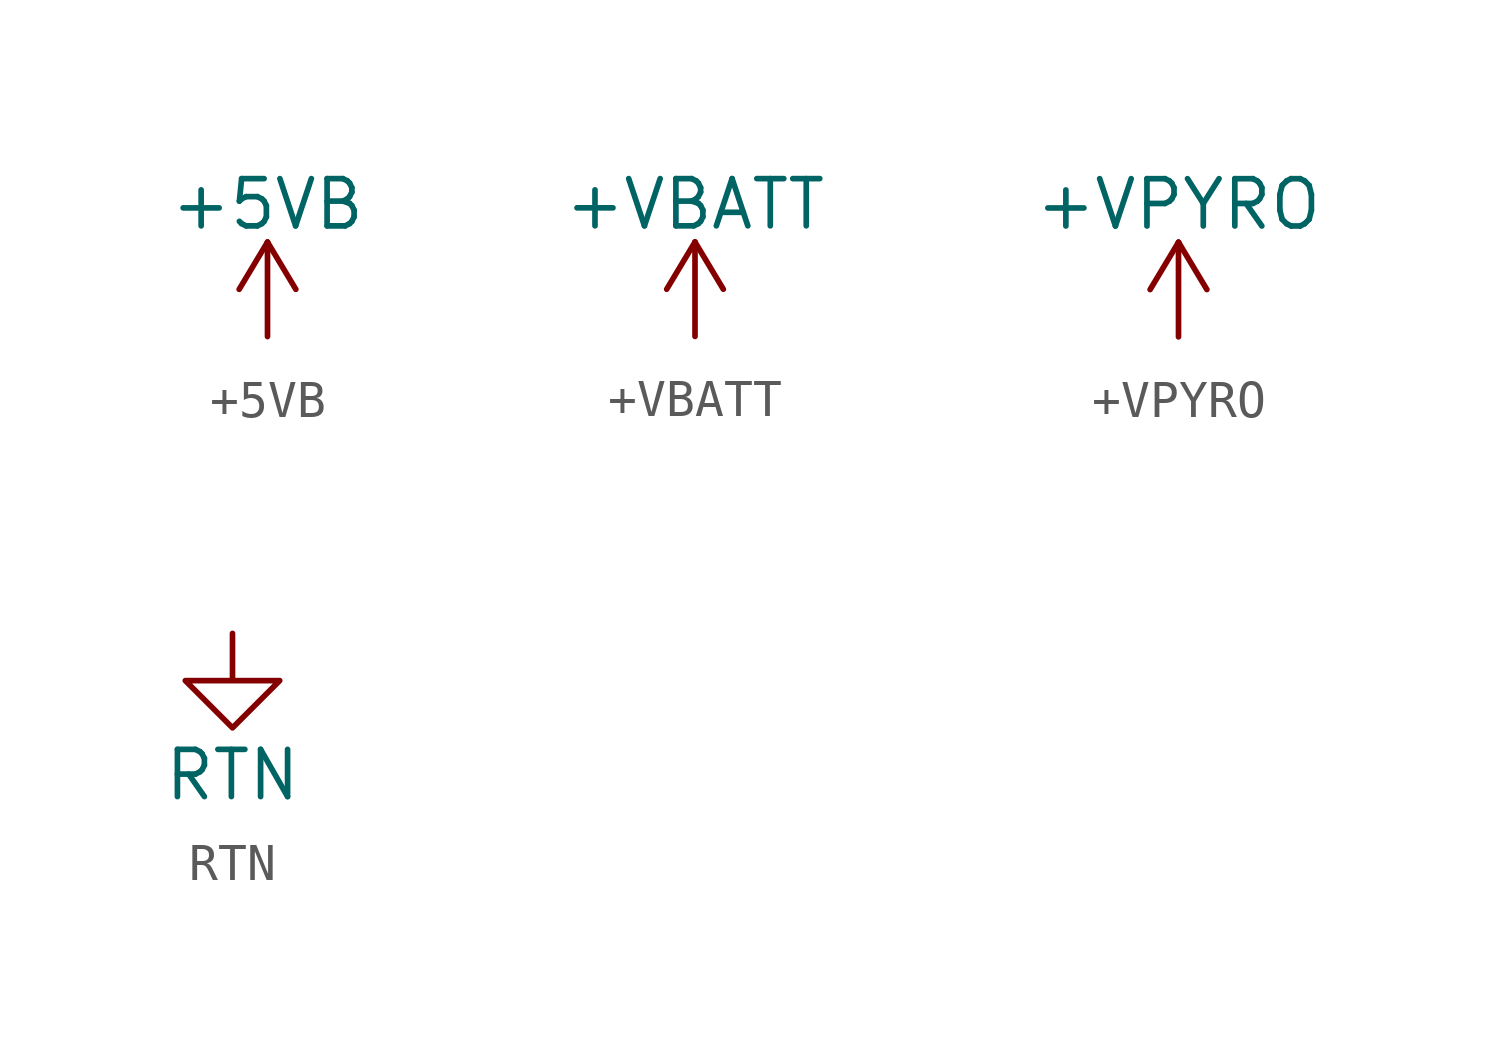
<source format=kicad_sym>
(kicad_symbol_lib
  (version 20211014)
  (generator kicad_symbol_editor)
  (symbol "+5VB"
    (power)
    (pin_names
      (offset 0))
    (property "Reference" "#PWR"
      (at 0 -3.81 0)
      (effects (font (size 1.27 1.27)) hide))
    (property "Value" "+5VB"
      (at 0 3.556 0)
      (effects (font (size 1.27 1.27))))
    (symbol "+5VB_0_1"
      (polyline (pts (xy -0.762 1.27) (xy 0 2.54)) (stroke (width 0) (type default) (color 0 0 0 0)) (fill (type none)))
      (polyline (pts (xy 0 0) (xy 0 2.54)) (stroke (width 0) (type default) (color 0 0 0 0)) (fill (type none)))
      (polyline (pts (xy 0 2.54) (xy 0.762 1.27)) (stroke (width 0) (type default) (color 0 0 0 0)) (fill (type none))))
    (symbol "+5VB_1_1"
      (pin power_in line (at 0 0 90) (length 0) hide (name "+5VB" (effects (font (size 1.27 1.27)))) (number "1" (effects (font (size 1.27 1.27)))))))
  (symbol "+VBATT"
    (power)
    (pin_names
      (offset 0))
    (property "Reference" "#PWR"
      (at 0 -3.81 0)
      (effects (font (size 1.27 1.27)) hide))
    (property "Value" "+VBATT"
      (at 0 3.556 0)
      (effects (font (size 1.27 1.27))))
    (symbol "+VBATT_0_1"
      (polyline (pts (xy -0.762 1.27) (xy 0 2.54)) (stroke (width 0) (type default) (color 0 0 0 0)) (fill (type none)))
      (polyline (pts (xy 0 0) (xy 0 2.54)) (stroke (width 0) (type default) (color 0 0 0 0)) (fill (type none)))
      (polyline (pts (xy 0 2.54) (xy 0.762 1.27)) (stroke (width 0) (type default) (color 0 0 0 0)) (fill (type none))))
    (symbol "+VBATT_1_1"
      (pin power_in line (at 0 0 90) (length 0) hide (name "+VBATT" (effects (font (size 1.27 1.27)))) (number "1" (effects (font (size 1.27 1.27)))))))
  (symbol "+VPYRO"
    (power)
    (pin_names
      (offset 0))
    (property "Reference" "#PWR"
      (at 0 -3.81 0)
      (effects (font (size 1.27 1.27)) hide))
    (property "Value" "+VPYRO"
      (at 0 3.556 0)
      (effects (font (size 1.27 1.27))))
    (symbol "+VPYRO_0_1"
      (polyline (pts (xy -0.762 1.27) (xy 0 2.54)) (stroke (width 0) (type default) (color 0 0 0 0)) (fill (type none)))
      (polyline (pts (xy 0 0) (xy 0 2.54)) (stroke (width 0) (type default) (color 0 0 0 0)) (fill (type none)))
      (polyline (pts (xy 0 2.54) (xy 0.762 1.27)) (stroke (width 0) (type default) (color 0 0 0 0)) (fill (type none))))
    (symbol "+VPYRO_1_1"
      (pin power_in line (at 0 0 90) (length 0) hide (name "+VPYRO" (effects (font (size 1.27 1.27)))) (number "1" (effects (font (size 1.27 1.27)))))))
  (symbol "RTN"
    (power)
    (pin_names
      (offset 0))
    (property "Reference" "#PWR"
      (at 0 -6.35 0)
      (effects (font (size 1.27 1.27)) hide))
    (property "Value" "RTN"
      (at 0 -3.81 0)
      (effects (font (size 1.27 1.27))))
    (symbol "RTN_0_1"
      (polyline (pts (xy 0 0) (xy 0 -1.27) (xy 1.27 -1.27) (xy 0 -2.54) (xy -1.27 -1.27) (xy 0 -1.27)) (stroke (width 0) (type default) (color 0 0 0 0)) (fill (type none))))
    (symbol "RTN_1_1"
      (pin power_in line (at 0 0 270) (length 0) hide (name "RTN" (effects (font (size 1.27 1.27)))) (number "1" (effects (font (size 1.27 1.27))))))))
</source>
